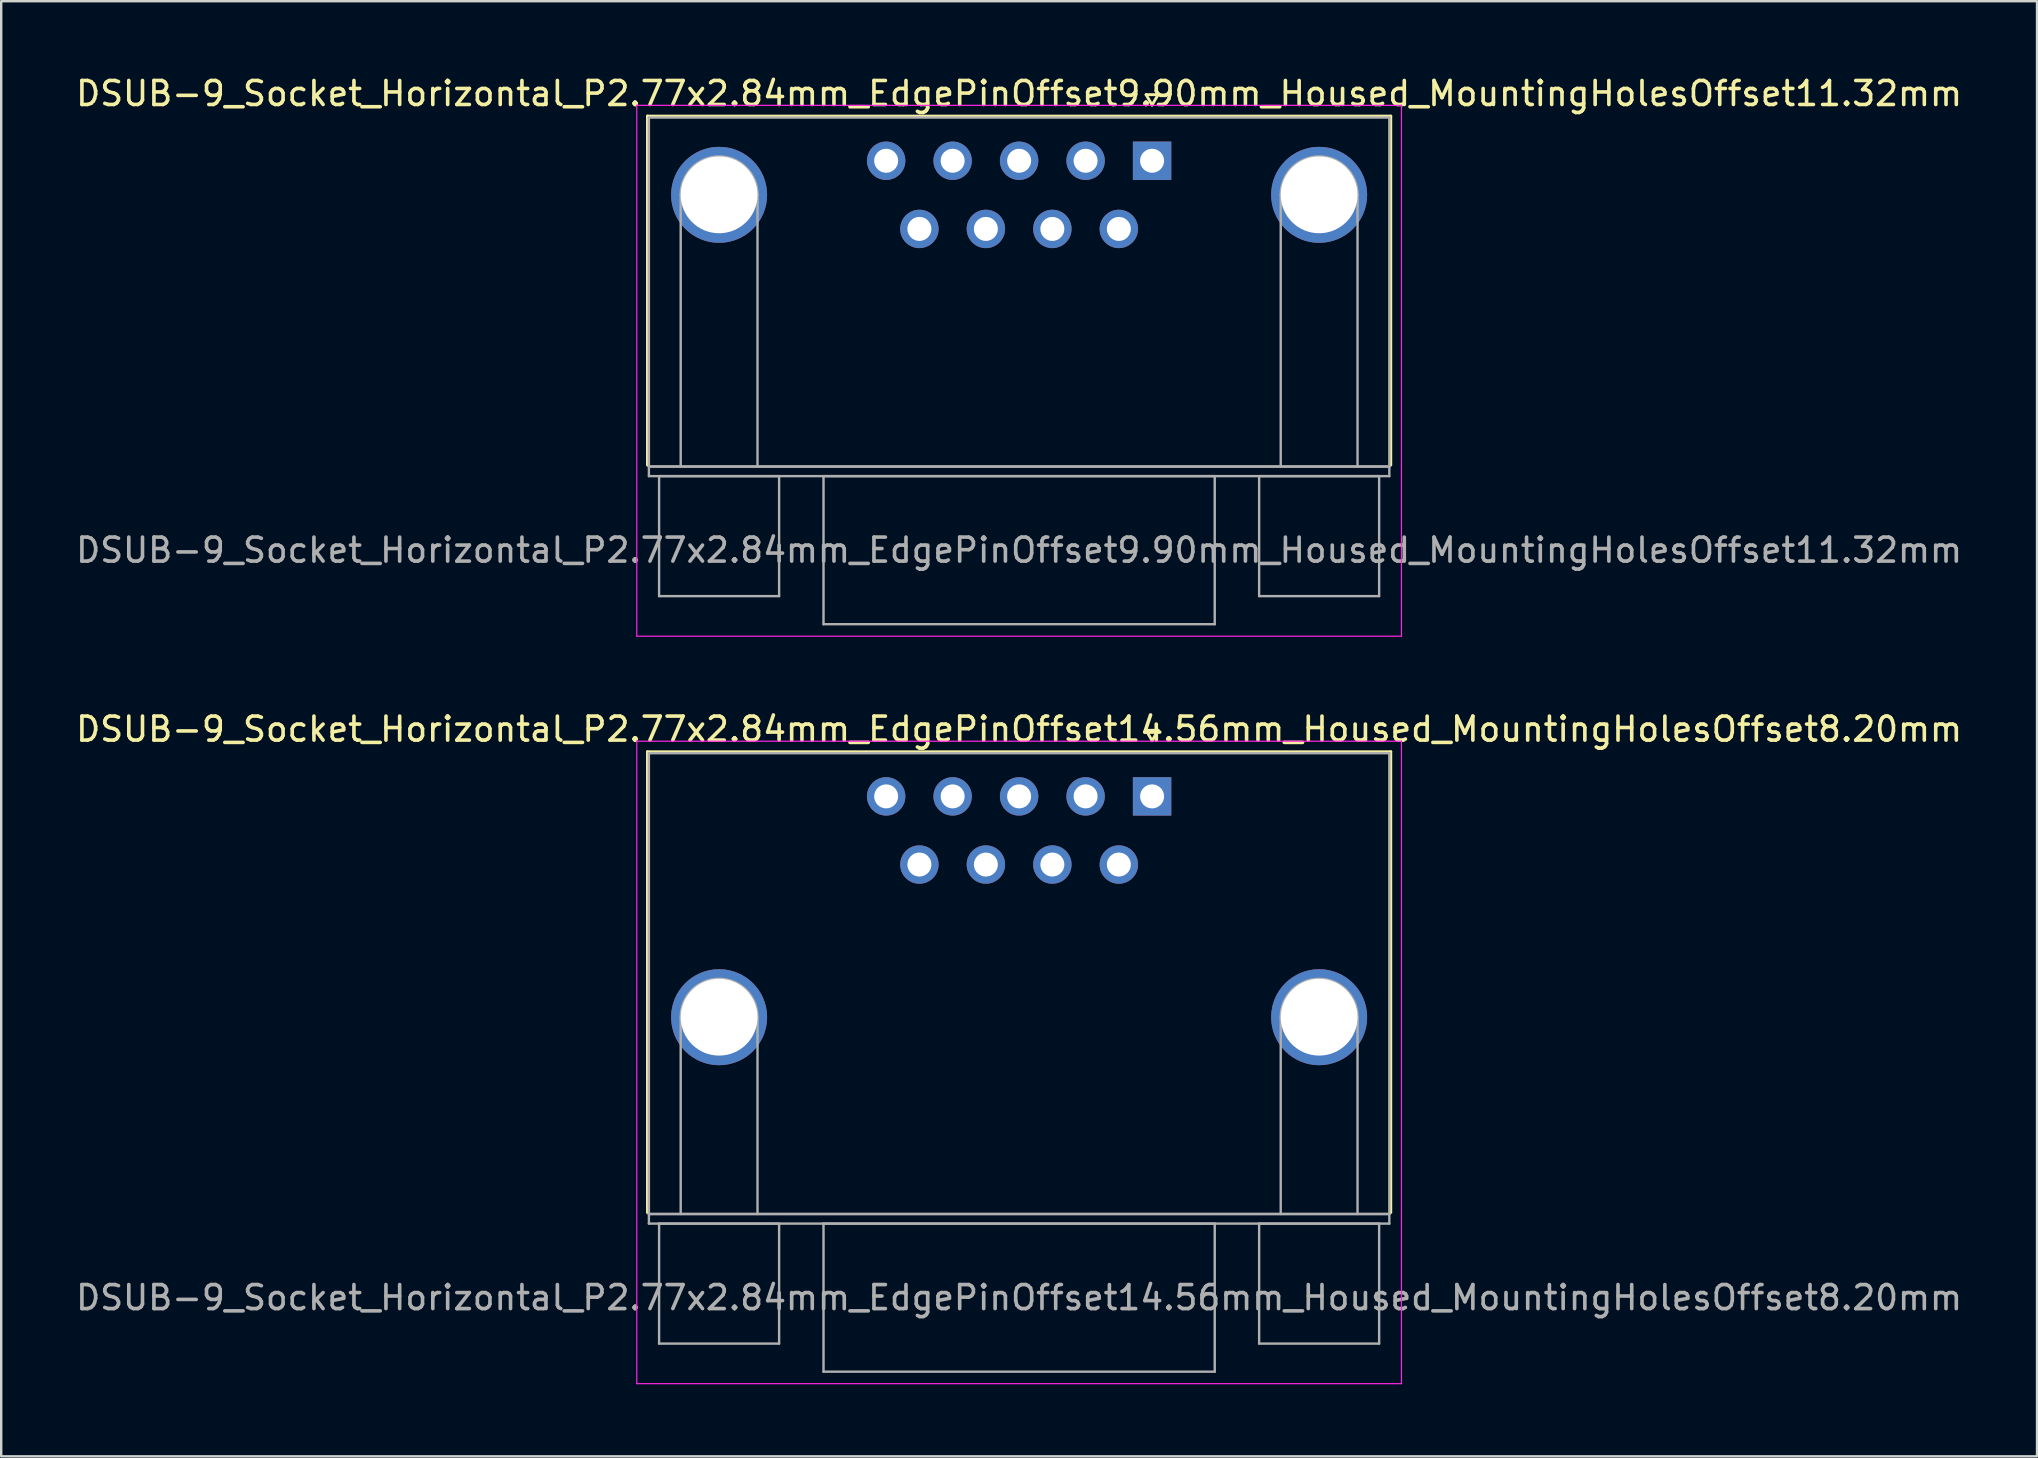
<source format=kicad_pcb>
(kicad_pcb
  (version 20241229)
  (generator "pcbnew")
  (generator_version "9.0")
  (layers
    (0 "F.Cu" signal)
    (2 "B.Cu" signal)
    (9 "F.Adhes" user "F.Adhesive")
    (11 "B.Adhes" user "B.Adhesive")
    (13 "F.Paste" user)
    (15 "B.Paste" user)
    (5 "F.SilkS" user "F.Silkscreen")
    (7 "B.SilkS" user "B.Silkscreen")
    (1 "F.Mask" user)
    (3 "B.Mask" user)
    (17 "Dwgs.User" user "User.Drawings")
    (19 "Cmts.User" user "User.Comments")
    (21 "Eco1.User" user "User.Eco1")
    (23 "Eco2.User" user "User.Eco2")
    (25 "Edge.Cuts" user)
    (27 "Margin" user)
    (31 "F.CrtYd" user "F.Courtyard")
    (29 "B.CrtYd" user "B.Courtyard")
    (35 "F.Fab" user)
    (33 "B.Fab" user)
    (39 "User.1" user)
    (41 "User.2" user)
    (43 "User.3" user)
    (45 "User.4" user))
  (footprint "DSUB-9_Socket_Horizontal_P2.77x2.84mm_EdgePinOffset9.90mm_Housed_MountingHolesOffset11.32mm"
    (layer "F.Cu")
    (at 44.951 3.648)
    (property "Reference" "DSUB-9_Socket_Horizontal_P2.77x2.84mm_EdgePinOffset9.90mm_Housed_MountingHolesOffset11.32mm" (at -5.54 -2.8 0) (layer "F.SilkS") (effects (font (size 1 1) (thickness 0.15))))
    (attr through_hole)
    (fp_line (start -21.025 -1.86) (end 9.945 -1.86) (stroke (width 0.12) (type solid)) (layer "F.SilkS"))
    (fp_line (start -21.025 12.68) (end -21.025 -1.86) (stroke (width 0.12) (type solid)) (layer "F.SilkS"))
    (fp_line (start -0.25 -2.754) (end 0.25 -2.754) (stroke (width 0.12) (type solid)) (layer "F.SilkS"))
    (fp_line (start 0 -2.321) (end -0.25 -2.754) (stroke (width 0.12) (type solid)) (layer "F.SilkS"))
    (fp_line (start 0.25 -2.754) (end 0 -2.321) (stroke (width 0.12) (type solid)) (layer "F.SilkS"))
    (fp_line (start 9.945 -1.86) (end 9.945 12.68) (stroke (width 0.12) (type solid)) (layer "F.SilkS"))
    (fp_line (start -21.47 -2.31) (end -21.47 19.81) (stroke (width 0.05) (type solid)) (layer "F.CrtYd"))
    (fp_line (start -21.47 19.81) (end 10.39 19.81) (stroke (width 0.05) (type solid)) (layer "F.CrtYd"))
    (fp_line (start 10.39 -2.31) (end -21.47 -2.31) (stroke (width 0.05) (type solid)) (layer "F.CrtYd"))
    (fp_line (start 10.39 19.81) (end 10.39 -2.31) (stroke (width 0.05) (type solid)) (layer "F.CrtYd"))
    (fp_line (start -20.965 -1.8) (end -20.965 12.74) (stroke (width 0.1) (type solid)) (layer "F.Fab"))
    (fp_line (start -20.965 12.74) (end -20.965 13.14) (stroke (width 0.1) (type solid)) (layer "F.Fab"))
    (fp_line (start -20.965 12.74) (end 9.885 12.74) (stroke (width 0.1) (type solid)) (layer "F.Fab"))
    (fp_line (start -20.965 13.14) (end 9.885 13.14) (stroke (width 0.1) (type solid)) (layer "F.Fab"))
    (fp_line (start -20.54 13.14) (end -20.54 18.14) (stroke (width 0.1) (type solid)) (layer "F.Fab"))
    (fp_line (start -20.54 18.14) (end -15.54 18.14) (stroke (width 0.1) (type solid)) (layer "F.Fab"))
    (fp_line (start -19.64 12.74) (end -19.64 1.42) (stroke (width 0.1) (type solid)) (layer "F.Fab"))
    (fp_line (start -16.44 12.74) (end -16.44 1.42) (stroke (width 0.1) (type solid)) (layer "F.Fab"))
    (fp_line (start -15.54 13.14) (end -20.54 13.14) (stroke (width 0.1) (type solid)) (layer "F.Fab"))
    (fp_line (start -15.54 18.14) (end -15.54 13.14) (stroke (width 0.1) (type solid)) (layer "F.Fab"))
    (fp_line (start -13.69 13.14) (end -13.69 19.31) (stroke (width 0.1) (type solid)) (layer "F.Fab"))
    (fp_line (start -13.69 19.31) (end 2.61 19.31) (stroke (width 0.1) (type solid)) (layer "F.Fab"))
    (fp_line (start 2.61 13.14) (end -13.69 13.14) (stroke (width 0.1) (type solid)) (layer "F.Fab"))
    (fp_line (start 2.61 19.31) (end 2.61 13.14) (stroke (width 0.1) (type solid)) (layer "F.Fab"))
    (fp_line (start 4.46 13.14) (end 4.46 18.14) (stroke (width 0.1) (type solid)) (layer "F.Fab"))
    (fp_line (start 4.46 18.14) (end 9.46 18.14) (stroke (width 0.1) (type solid)) (layer "F.Fab"))
    (fp_line (start 5.36 12.74) (end 5.36 1.42) (stroke (width 0.1) (type solid)) (layer "F.Fab"))
    (fp_line (start 8.56 12.74) (end 8.56 1.42) (stroke (width 0.1) (type solid)) (layer "F.Fab"))
    (fp_line (start 9.46 13.14) (end 4.46 13.14) (stroke (width 0.1) (type solid)) (layer "F.Fab"))
    (fp_line (start 9.46 18.14) (end 9.46 13.14) (stroke (width 0.1) (type solid)) (layer "F.Fab"))
    (fp_line (start 9.885 -1.8) (end -20.965 -1.8) (stroke (width 0.1) (type solid)) (layer "F.Fab"))
    (fp_line (start 9.885 12.74) (end -20.965 12.74) (stroke (width 0.1) (type solid)) (layer "F.Fab"))
    (fp_line (start 9.885 12.74) (end 9.885 -1.8) (stroke (width 0.1) (type solid)) (layer "F.Fab"))
    (fp_line (start 9.885 13.14) (end 9.885 12.74) (stroke (width 0.1) (type solid)) (layer "F.Fab"))
    (fp_arc (start -19.64 1.42) (mid -18.04 -0.18) (end -16.44 1.42) (stroke (width 0.1) (type solid)) (layer "F.Fab"))
    (fp_arc (start 5.36 1.42) (mid 6.96 -0.18) (end 8.56 1.42) (stroke (width 0.1) (type solid)) (layer "F.Fab"))
    (fp_text user "${REFERENCE}" (at -5.54 16.225 0) (layer "F.Fab") (effects (font (size 1 1) (thickness 0.15))))
    (pad "0" thru_hole circle (at -18.04 1.42) (size 4 4) (drill 3.2) (layers "*.Cu" "*.Mask"))
    (pad "0" thru_hole circle (at 6.96 1.42) (size 4 4) (drill 3.2) (layers "*.Cu" "*.Mask"))
    (pad "1" thru_hole rect (at 0 0) (size 1.6 1.6) (drill 1) (layers "*.Cu" "*.Mask"))
    (pad "2" thru_hole circle (at -2.77 0) (size 1.6 1.6) (drill 1) (layers "*.Cu" "*.Mask"))
    (pad "3" thru_hole circle (at -5.54 0) (size 1.6 1.6) (drill 1) (layers "*.Cu" "*.Mask"))
    (pad "4" thru_hole circle (at -8.31 0) (size 1.6 1.6) (drill 1) (layers "*.Cu" "*.Mask"))
    (pad "5" thru_hole circle (at -11.08 0) (size 1.6 1.6) (drill 1) (layers "*.Cu" "*.Mask"))
    (pad "6" thru_hole circle (at -1.385 2.84) (size 1.6 1.6) (drill 1) (layers "*.Cu" "*.Mask"))
    (pad "7" thru_hole circle (at -4.155 2.84) (size 1.6 1.6) (drill 1) (layers "*.Cu" "*.Mask"))
    (pad "8" thru_hole circle (at -6.925 2.84) (size 1.6 1.6) (drill 1) (layers "*.Cu" "*.Mask"))
    (pad "9" thru_hole circle (at -9.695 2.84) (size 1.6 1.6) (drill 1) (layers "*.Cu" "*.Mask")))
  (footprint "DSUB-9_Socket_Horizontal_P2.77x2.84mm_EdgePinOffset14.56mm_Housed_MountingHolesOffset8.20mm"
    (layer "F.Cu")
    (at 44.951 30.131)
    (property "Reference" "DSUB-9_Socket_Horizontal_P2.77x2.84mm_EdgePinOffset14.56mm_Housed_MountingHolesOffset8.20mm" (at -5.54 -2.8 0) (layer "F.SilkS") (effects (font (size 1 1) (thickness 0.15))))
    (attr through_hole)
    (fp_line (start -21.025 -1.86) (end 9.945 -1.86) (stroke (width 0.12) (type solid)) (layer "F.SilkS"))
    (fp_line (start -21.025 17.34) (end -21.025 -1.86) (stroke (width 0.12) (type solid)) (layer "F.SilkS"))
    (fp_line (start -0.25 -2.754) (end 0.25 -2.754) (stroke (width 0.12) (type solid)) (layer "F.SilkS"))
    (fp_line (start 0 -2.321) (end -0.25 -2.754) (stroke (width 0.12) (type solid)) (layer "F.SilkS"))
    (fp_line (start 0.25 -2.754) (end 0 -2.321) (stroke (width 0.12) (type solid)) (layer "F.SilkS"))
    (fp_line (start 9.945 -1.86) (end 9.945 17.34) (stroke (width 0.12) (type solid)) (layer "F.SilkS"))
    (fp_line (start -21.47 -2.3) (end -21.47 24.47) (stroke (width 0.05) (type solid)) (layer "F.CrtYd"))
    (fp_line (start -21.47 24.47) (end 10.39 24.47) (stroke (width 0.05) (type solid)) (layer "F.CrtYd"))
    (fp_line (start 10.39 -2.3) (end -21.47 -2.3) (stroke (width 0.05) (type solid)) (layer "F.CrtYd"))
    (fp_line (start 10.39 24.47) (end 10.39 -2.3) (stroke (width 0.05) (type solid)) (layer "F.CrtYd"))
    (fp_line (start -20.965 -1.8) (end -20.965 17.4) (stroke (width 0.1) (type solid)) (layer "F.Fab"))
    (fp_line (start -20.965 17.4) (end -20.965 17.8) (stroke (width 0.1) (type solid)) (layer "F.Fab"))
    (fp_line (start -20.965 17.4) (end 9.885 17.4) (stroke (width 0.1) (type solid)) (layer "F.Fab"))
    (fp_line (start -20.965 17.8) (end 9.885 17.8) (stroke (width 0.1) (type solid)) (layer "F.Fab"))
    (fp_line (start -20.54 17.8) (end -20.54 22.8) (stroke (width 0.1) (type solid)) (layer "F.Fab"))
    (fp_line (start -20.54 22.8) (end -15.54 22.8) (stroke (width 0.1) (type solid)) (layer "F.Fab"))
    (fp_line (start -19.64 17.4) (end -19.64 9.2) (stroke (width 0.1) (type solid)) (layer "F.Fab"))
    (fp_line (start -16.44 17.4) (end -16.44 9.2) (stroke (width 0.1) (type solid)) (layer "F.Fab"))
    (fp_line (start -15.54 17.8) (end -20.54 17.8) (stroke (width 0.1) (type solid)) (layer "F.Fab"))
    (fp_line (start -15.54 22.8) (end -15.54 17.8) (stroke (width 0.1) (type solid)) (layer "F.Fab"))
    (fp_line (start -13.69 17.8) (end -13.69 23.97) (stroke (width 0.1) (type solid)) (layer "F.Fab"))
    (fp_line (start -13.69 23.97) (end 2.61 23.97) (stroke (width 0.1) (type solid)) (layer "F.Fab"))
    (fp_line (start 2.61 17.8) (end -13.69 17.8) (stroke (width 0.1) (type solid)) (layer "F.Fab"))
    (fp_line (start 2.61 23.97) (end 2.61 17.8) (stroke (width 0.1) (type solid)) (layer "F.Fab"))
    (fp_line (start 4.46 17.8) (end 4.46 22.8) (stroke (width 0.1) (type solid)) (layer "F.Fab"))
    (fp_line (start 4.46 22.8) (end 9.46 22.8) (stroke (width 0.1) (type solid)) (layer "F.Fab"))
    (fp_line (start 5.36 17.4) (end 5.36 9.2) (stroke (width 0.1) (type solid)) (layer "F.Fab"))
    (fp_line (start 8.56 17.4) (end 8.56 9.2) (stroke (width 0.1) (type solid)) (layer "F.Fab"))
    (fp_line (start 9.46 17.8) (end 4.46 17.8) (stroke (width 0.1) (type solid)) (layer "F.Fab"))
    (fp_line (start 9.46 22.8) (end 9.46 17.8) (stroke (width 0.1) (type solid)) (layer "F.Fab"))
    (fp_line (start 9.885 -1.8) (end -20.965 -1.8) (stroke (width 0.1) (type solid)) (layer "F.Fab"))
    (fp_line (start 9.885 17.4) (end -20.965 17.4) (stroke (width 0.1) (type solid)) (layer "F.Fab"))
    (fp_line (start 9.885 17.4) (end 9.885 -1.8) (stroke (width 0.1) (type solid)) (layer "F.Fab"))
    (fp_line (start 9.885 17.8) (end 9.885 17.4) (stroke (width 0.1) (type solid)) (layer "F.Fab"))
    (fp_arc (start -19.64 9.2) (mid -18.04 7.6) (end -16.44 9.2) (stroke (width 0.1) (type solid)) (layer "F.Fab"))
    (fp_arc (start 5.36 9.2) (mid 6.96 7.6) (end 8.56 9.2) (stroke (width 0.1) (type solid)) (layer "F.Fab"))
    (fp_text user "${REFERENCE}" (at -5.54 20.885 0) (layer "F.Fab") (effects (font (size 1 1) (thickness 0.15))))
    (pad "0" thru_hole circle (at -18.04 9.2) (size 4 4) (drill 3.2) (layers "*.Cu" "*.Mask"))
    (pad "0" thru_hole circle (at 6.96 9.2) (size 4 4) (drill 3.2) (layers "*.Cu" "*.Mask"))
    (pad "1" thru_hole rect (at 0 0) (size 1.6 1.6) (drill 1) (layers "*.Cu" "*.Mask"))
    (pad "2" thru_hole circle (at -2.77 0) (size 1.6 1.6) (drill 1) (layers "*.Cu" "*.Mask"))
    (pad "3" thru_hole circle (at -5.54 0) (size 1.6 1.6) (drill 1) (layers "*.Cu" "*.Mask"))
    (pad "4" thru_hole circle (at -8.31 0) (size 1.6 1.6) (drill 1) (layers "*.Cu" "*.Mask"))
    (pad "5" thru_hole circle (at -11.08 0) (size 1.6 1.6) (drill 1) (layers "*.Cu" "*.Mask"))
    (pad "6" thru_hole circle (at -1.385 2.84) (size 1.6 1.6) (drill 1) (layers "*.Cu" "*.Mask"))
    (pad "7" thru_hole circle (at -4.155 2.84) (size 1.6 1.6) (drill 1) (layers "*.Cu" "*.Mask"))
    (pad "8" thru_hole circle (at -6.925 2.84) (size 1.6 1.6) (drill 1) (layers "*.Cu" "*.Mask"))
    (pad "9" thru_hole circle (at -9.695 2.84) (size 1.6 1.6) (drill 1) (layers "*.Cu" "*.Mask")))
  (gr_rect
    (start -3 -3)
    (end 81.821 57.627)
    (stroke (width 0.1) (type default))
    (fill no)
    (layer "Edge.Cuts")))
</source>
